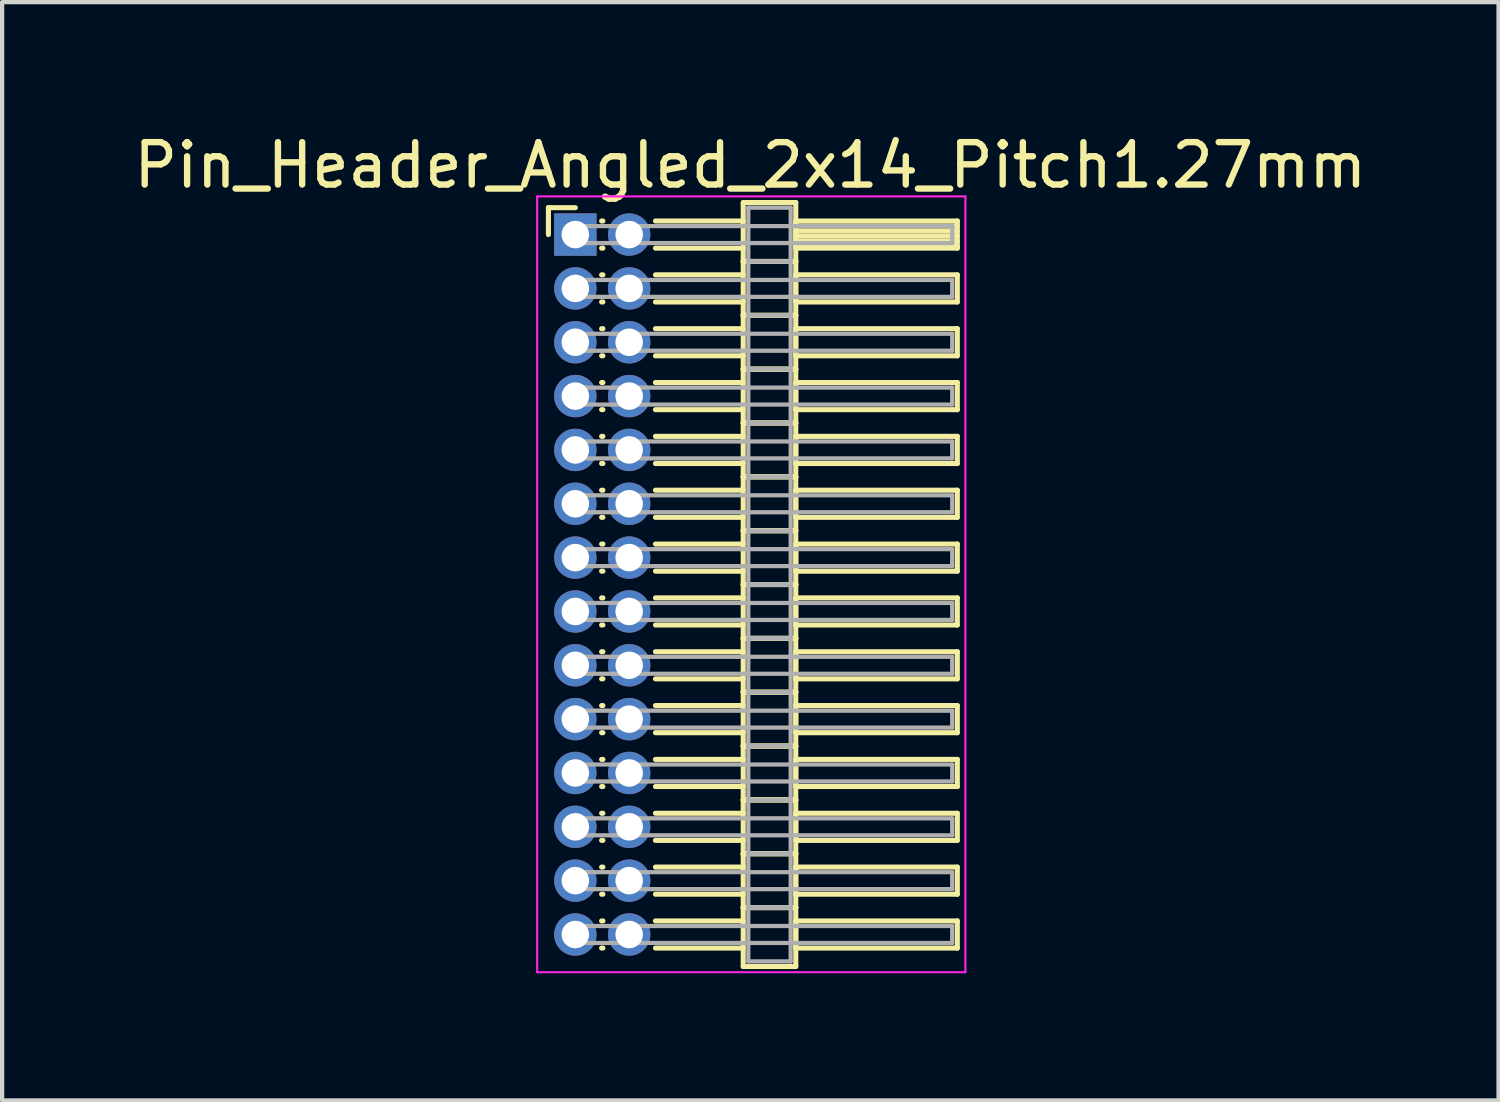
<source format=kicad_pcb>
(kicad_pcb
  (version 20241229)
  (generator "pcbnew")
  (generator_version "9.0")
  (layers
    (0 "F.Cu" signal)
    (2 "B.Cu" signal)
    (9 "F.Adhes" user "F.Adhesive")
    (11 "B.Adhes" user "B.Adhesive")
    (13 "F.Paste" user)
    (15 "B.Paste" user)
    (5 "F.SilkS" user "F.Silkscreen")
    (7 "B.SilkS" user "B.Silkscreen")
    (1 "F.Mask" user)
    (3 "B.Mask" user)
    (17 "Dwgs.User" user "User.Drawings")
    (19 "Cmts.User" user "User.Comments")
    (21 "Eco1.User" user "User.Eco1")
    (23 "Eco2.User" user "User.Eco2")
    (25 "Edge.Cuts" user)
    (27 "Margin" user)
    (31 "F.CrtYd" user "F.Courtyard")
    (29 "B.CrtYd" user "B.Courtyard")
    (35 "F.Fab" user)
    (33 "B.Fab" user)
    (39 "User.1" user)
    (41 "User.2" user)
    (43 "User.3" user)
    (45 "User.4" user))
  (footprint "Pin_Header_Angled_2x14_Pitch1.27mm"
    (layer "F.Cu")
    (at 10.521 2.483)
    (property "Reference" "Pin_Header_Angled_2x14_Pitch1.27mm" (at 4.128 -1.635 0) (layer "F.SilkS") (effects (font (size 1 1) (thickness 0.15))))
    (attr through_hole)
    (fp_line (start -0.635 -0.635) (end 0 -0.635) (stroke (width 0.12) (type solid)) (layer "F.SilkS"))
    (fp_line (start -0.635 0) (end -0.635 -0.635) (stroke (width 0.12) (type solid)) (layer "F.SilkS"))
    (fp_line (start 0.62 -0.32) (end 0.65 -0.32) (stroke (width 0.12) (type solid)) (layer "F.SilkS"))
    (fp_line (start 0.62 0.32) (end 0.65 0.32) (stroke (width 0.12) (type solid)) (layer "F.SilkS"))
    (fp_line (start 0.62 0.95) (end 0.65 0.95) (stroke (width 0.12) (type solid)) (layer "F.SilkS"))
    (fp_line (start 0.62 1.59) (end 0.65 1.59) (stroke (width 0.12) (type solid)) (layer "F.SilkS"))
    (fp_line (start 0.62 2.22) (end 0.65 2.22) (stroke (width 0.12) (type solid)) (layer "F.SilkS"))
    (fp_line (start 0.62 2.86) (end 0.65 2.86) (stroke (width 0.12) (type solid)) (layer "F.SilkS"))
    (fp_line (start 0.62 3.49) (end 0.65 3.49) (stroke (width 0.12) (type solid)) (layer "F.SilkS"))
    (fp_line (start 0.62 4.13) (end 0.65 4.13) (stroke (width 0.12) (type solid)) (layer "F.SilkS"))
    (fp_line (start 0.62 4.76) (end 0.65 4.76) (stroke (width 0.12) (type solid)) (layer "F.SilkS"))
    (fp_line (start 0.62 5.4) (end 0.65 5.4) (stroke (width 0.12) (type solid)) (layer "F.SilkS"))
    (fp_line (start 0.62 6.03) (end 0.65 6.03) (stroke (width 0.12) (type solid)) (layer "F.SilkS"))
    (fp_line (start 0.62 6.67) (end 0.65 6.67) (stroke (width 0.12) (type solid)) (layer "F.SilkS"))
    (fp_line (start 0.62 7.3) (end 0.65 7.3) (stroke (width 0.12) (type solid)) (layer "F.SilkS"))
    (fp_line (start 0.62 7.94) (end 0.65 7.94) (stroke (width 0.12) (type solid)) (layer "F.SilkS"))
    (fp_line (start 0.62 8.57) (end 0.65 8.57) (stroke (width 0.12) (type solid)) (layer "F.SilkS"))
    (fp_line (start 0.62 9.21) (end 0.65 9.21) (stroke (width 0.12) (type solid)) (layer "F.SilkS"))
    (fp_line (start 0.62 9.84) (end 0.65 9.84) (stroke (width 0.12) (type solid)) (layer "F.SilkS"))
    (fp_line (start 0.62 10.48) (end 0.65 10.48) (stroke (width 0.12) (type solid)) (layer "F.SilkS"))
    (fp_line (start 0.62 11.11) (end 0.65 11.11) (stroke (width 0.12) (type solid)) (layer "F.SilkS"))
    (fp_line (start 0.62 11.75) (end 0.65 11.75) (stroke (width 0.12) (type solid)) (layer "F.SilkS"))
    (fp_line (start 0.62 12.38) (end 0.65 12.38) (stroke (width 0.12) (type solid)) (layer "F.SilkS"))
    (fp_line (start 0.62 13.02) (end 0.65 13.02) (stroke (width 0.12) (type solid)) (layer "F.SilkS"))
    (fp_line (start 0.62 13.65) (end 0.65 13.65) (stroke (width 0.12) (type solid)) (layer "F.SilkS"))
    (fp_line (start 0.62 14.29) (end 0.65 14.29) (stroke (width 0.12) (type solid)) (layer "F.SilkS"))
    (fp_line (start 0.62 14.92) (end 0.65 14.92) (stroke (width 0.12) (type solid)) (layer "F.SilkS"))
    (fp_line (start 0.62 15.56) (end 0.65 15.56) (stroke (width 0.12) (type solid)) (layer "F.SilkS"))
    (fp_line (start 0.62 16.19) (end 0.65 16.19) (stroke (width 0.12) (type solid)) (layer "F.SilkS"))
    (fp_line (start 0.62 16.83) (end 0.65 16.83) (stroke (width 0.12) (type solid)) (layer "F.SilkS"))
    (fp_line (start 1.89 -0.32) (end 3.96 -0.32) (stroke (width 0.12) (type solid)) (layer "F.SilkS"))
    (fp_line (start 1.89 0.32) (end 3.96 0.32) (stroke (width 0.12) (type solid)) (layer "F.SilkS"))
    (fp_line (start 1.89 0.95) (end 3.96 0.95) (stroke (width 0.12) (type solid)) (layer "F.SilkS"))
    (fp_line (start 1.89 1.59) (end 3.96 1.59) (stroke (width 0.12) (type solid)) (layer "F.SilkS"))
    (fp_line (start 1.89 2.22) (end 3.96 2.22) (stroke (width 0.12) (type solid)) (layer "F.SilkS"))
    (fp_line (start 1.89 2.86) (end 3.96 2.86) (stroke (width 0.12) (type solid)) (layer "F.SilkS"))
    (fp_line (start 1.89 3.49) (end 3.96 3.49) (stroke (width 0.12) (type solid)) (layer "F.SilkS"))
    (fp_line (start 1.89 4.13) (end 3.96 4.13) (stroke (width 0.12) (type solid)) (layer "F.SilkS"))
    (fp_line (start 1.89 4.76) (end 3.96 4.76) (stroke (width 0.12) (type solid)) (layer "F.SilkS"))
    (fp_line (start 1.89 5.4) (end 3.96 5.4) (stroke (width 0.12) (type solid)) (layer "F.SilkS"))
    (fp_line (start 1.89 6.03) (end 3.96 6.03) (stroke (width 0.12) (type solid)) (layer "F.SilkS"))
    (fp_line (start 1.89 6.67) (end 3.96 6.67) (stroke (width 0.12) (type solid)) (layer "F.SilkS"))
    (fp_line (start 1.89 7.3) (end 3.96 7.3) (stroke (width 0.12) (type solid)) (layer "F.SilkS"))
    (fp_line (start 1.89 7.94) (end 3.96 7.94) (stroke (width 0.12) (type solid)) (layer "F.SilkS"))
    (fp_line (start 1.89 8.57) (end 3.96 8.57) (stroke (width 0.12) (type solid)) (layer "F.SilkS"))
    (fp_line (start 1.89 9.21) (end 3.96 9.21) (stroke (width 0.12) (type solid)) (layer "F.SilkS"))
    (fp_line (start 1.89 9.84) (end 3.96 9.84) (stroke (width 0.12) (type solid)) (layer "F.SilkS"))
    (fp_line (start 1.89 10.48) (end 3.96 10.48) (stroke (width 0.12) (type solid)) (layer "F.SilkS"))
    (fp_line (start 1.89 11.11) (end 3.96 11.11) (stroke (width 0.12) (type solid)) (layer "F.SilkS"))
    (fp_line (start 1.89 11.75) (end 3.96 11.75) (stroke (width 0.12) (type solid)) (layer "F.SilkS"))
    (fp_line (start 1.89 12.38) (end 3.96 12.38) (stroke (width 0.12) (type solid)) (layer "F.SilkS"))
    (fp_line (start 1.89 13.02) (end 3.96 13.02) (stroke (width 0.12) (type solid)) (layer "F.SilkS"))
    (fp_line (start 1.89 13.65) (end 3.96 13.65) (stroke (width 0.12) (type solid)) (layer "F.SilkS"))
    (fp_line (start 1.89 14.29) (end 3.96 14.29) (stroke (width 0.12) (type solid)) (layer "F.SilkS"))
    (fp_line (start 1.89 14.92) (end 3.96 14.92) (stroke (width 0.12) (type solid)) (layer "F.SilkS"))
    (fp_line (start 1.89 15.56) (end 3.96 15.56) (stroke (width 0.12) (type solid)) (layer "F.SilkS"))
    (fp_line (start 1.89 16.19) (end 3.96 16.19) (stroke (width 0.12) (type solid)) (layer "F.SilkS"))
    (fp_line (start 1.89 16.83) (end 3.96 16.83) (stroke (width 0.12) (type solid)) (layer "F.SilkS"))
    (fp_line (start 3.96 -0.755) (end 3.96 0.635) (stroke (width 0.12) (type solid)) (layer "F.SilkS"))
    (fp_line (start 3.96 0.635) (end 3.96 1.905) (stroke (width 0.12) (type solid)) (layer "F.SilkS"))
    (fp_line (start 3.96 0.635) (end 5.2 0.635) (stroke (width 0.12) (type solid)) (layer "F.SilkS"))
    (fp_line (start 3.96 1.905) (end 3.96 3.175) (stroke (width 0.12) (type solid)) (layer "F.SilkS"))
    (fp_line (start 3.96 1.905) (end 5.2 1.905) (stroke (width 0.12) (type solid)) (layer "F.SilkS"))
    (fp_line (start 3.96 3.175) (end 3.96 4.445) (stroke (width 0.12) (type solid)) (layer "F.SilkS"))
    (fp_line (start 3.96 3.175) (end 5.2 3.175) (stroke (width 0.12) (type solid)) (layer "F.SilkS"))
    (fp_line (start 3.96 4.445) (end 3.96 5.715) (stroke (width 0.12) (type solid)) (layer "F.SilkS"))
    (fp_line (start 3.96 4.445) (end 5.2 4.445) (stroke (width 0.12) (type solid)) (layer "F.SilkS"))
    (fp_line (start 3.96 5.715) (end 3.96 6.985) (stroke (width 0.12) (type solid)) (layer "F.SilkS"))
    (fp_line (start 3.96 5.715) (end 5.2 5.715) (stroke (width 0.12) (type solid)) (layer "F.SilkS"))
    (fp_line (start 3.96 6.985) (end 3.96 8.255) (stroke (width 0.12) (type solid)) (layer "F.SilkS"))
    (fp_line (start 3.96 6.985) (end 5.2 6.985) (stroke (width 0.12) (type solid)) (layer "F.SilkS"))
    (fp_line (start 3.96 8.255) (end 3.96 9.525) (stroke (width 0.12) (type solid)) (layer "F.SilkS"))
    (fp_line (start 3.96 8.255) (end 5.2 8.255) (stroke (width 0.12) (type solid)) (layer "F.SilkS"))
    (fp_line (start 3.96 9.525) (end 3.96 10.795) (stroke (width 0.12) (type solid)) (layer "F.SilkS"))
    (fp_line (start 3.96 9.525) (end 5.2 9.525) (stroke (width 0.12) (type solid)) (layer "F.SilkS"))
    (fp_line (start 3.96 10.795) (end 3.96 12.065) (stroke (width 0.12) (type solid)) (layer "F.SilkS"))
    (fp_line (start 3.96 10.795) (end 5.2 10.795) (stroke (width 0.12) (type solid)) (layer "F.SilkS"))
    (fp_line (start 3.96 12.065) (end 3.96 13.335) (stroke (width 0.12) (type solid)) (layer "F.SilkS"))
    (fp_line (start 3.96 12.065) (end 5.2 12.065) (stroke (width 0.12) (type solid)) (layer "F.SilkS"))
    (fp_line (start 3.96 13.335) (end 3.96 14.605) (stroke (width 0.12) (type solid)) (layer "F.SilkS"))
    (fp_line (start 3.96 13.335) (end 5.2 13.335) (stroke (width 0.12) (type solid)) (layer "F.SilkS"))
    (fp_line (start 3.96 14.605) (end 3.96 15.875) (stroke (width 0.12) (type solid)) (layer "F.SilkS"))
    (fp_line (start 3.96 14.605) (end 5.2 14.605) (stroke (width 0.12) (type solid)) (layer "F.SilkS"))
    (fp_line (start 3.96 15.875) (end 3.96 17.265) (stroke (width 0.12) (type solid)) (layer "F.SilkS"))
    (fp_line (start 3.96 15.875) (end 5.2 15.875) (stroke (width 0.12) (type solid)) (layer "F.SilkS"))
    (fp_line (start 3.96 17.265) (end 5.2 17.265) (stroke (width 0.12) (type solid)) (layer "F.SilkS"))
    (fp_line (start 5.2 -0.755) (end 3.96 -0.755) (stroke (width 0.12) (type solid)) (layer "F.SilkS"))
    (fp_line (start 5.2 -0.32) (end 5.2 0.32) (stroke (width 0.12) (type solid)) (layer "F.SilkS"))
    (fp_line (start 5.2 -0.2) (end 9.01 -0.2) (stroke (width 0.12) (type solid)) (layer "F.SilkS"))
    (fp_line (start 5.2 -0.08) (end 9.01 -0.08) (stroke (width 0.12) (type solid)) (layer "F.SilkS"))
    (fp_line (start 5.2 0.04) (end 9.01 0.04) (stroke (width 0.12) (type solid)) (layer "F.SilkS"))
    (fp_line (start 5.2 0.16) (end 9.01 0.16) (stroke (width 0.12) (type solid)) (layer "F.SilkS"))
    (fp_line (start 5.2 0.28) (end 9.01 0.28) (stroke (width 0.12) (type solid)) (layer "F.SilkS"))
    (fp_line (start 5.2 0.32) (end 9.01 0.32) (stroke (width 0.12) (type solid)) (layer "F.SilkS"))
    (fp_line (start 5.2 0.635) (end 3.96 0.635) (stroke (width 0.12) (type solid)) (layer "F.SilkS"))
    (fp_line (start 5.2 0.635) (end 5.2 -0.755) (stroke (width 0.12) (type solid)) (layer "F.SilkS"))
    (fp_line (start 5.2 0.95) (end 5.2 1.59) (stroke (width 0.12) (type solid)) (layer "F.SilkS"))
    (fp_line (start 5.2 1.59) (end 9.01 1.59) (stroke (width 0.12) (type solid)) (layer "F.SilkS"))
    (fp_line (start 5.2 1.905) (end 3.96 1.905) (stroke (width 0.12) (type solid)) (layer "F.SilkS"))
    (fp_line (start 5.2 1.905) (end 5.2 0.635) (stroke (width 0.12) (type solid)) (layer "F.SilkS"))
    (fp_line (start 5.2 2.22) (end 5.2 2.86) (stroke (width 0.12) (type solid)) (layer "F.SilkS"))
    (fp_line (start 5.2 2.86) (end 9.01 2.86) (stroke (width 0.12) (type solid)) (layer "F.SilkS"))
    (fp_line (start 5.2 3.175) (end 3.96 3.175) (stroke (width 0.12) (type solid)) (layer "F.SilkS"))
    (fp_line (start 5.2 3.175) (end 5.2 1.905) (stroke (width 0.12) (type solid)) (layer "F.SilkS"))
    (fp_line (start 5.2 3.49) (end 5.2 4.13) (stroke (width 0.12) (type solid)) (layer "F.SilkS"))
    (fp_line (start 5.2 4.13) (end 9.01 4.13) (stroke (width 0.12) (type solid)) (layer "F.SilkS"))
    (fp_line (start 5.2 4.445) (end 3.96 4.445) (stroke (width 0.12) (type solid)) (layer "F.SilkS"))
    (fp_line (start 5.2 4.445) (end 5.2 3.175) (stroke (width 0.12) (type solid)) (layer "F.SilkS"))
    (fp_line (start 5.2 4.76) (end 5.2 5.4) (stroke (width 0.12) (type solid)) (layer "F.SilkS"))
    (fp_line (start 5.2 5.4) (end 9.01 5.4) (stroke (width 0.12) (type solid)) (layer "F.SilkS"))
    (fp_line (start 5.2 5.715) (end 3.96 5.715) (stroke (width 0.12) (type solid)) (layer "F.SilkS"))
    (fp_line (start 5.2 5.715) (end 5.2 4.445) (stroke (width 0.12) (type solid)) (layer "F.SilkS"))
    (fp_line (start 5.2 6.03) (end 5.2 6.67) (stroke (width 0.12) (type solid)) (layer "F.SilkS"))
    (fp_line (start 5.2 6.67) (end 9.01 6.67) (stroke (width 0.12) (type solid)) (layer "F.SilkS"))
    (fp_line (start 5.2 6.985) (end 3.96 6.985) (stroke (width 0.12) (type solid)) (layer "F.SilkS"))
    (fp_line (start 5.2 6.985) (end 5.2 5.715) (stroke (width 0.12) (type solid)) (layer "F.SilkS"))
    (fp_line (start 5.2 7.3) (end 5.2 7.94) (stroke (width 0.12) (type solid)) (layer "F.SilkS"))
    (fp_line (start 5.2 7.94) (end 9.01 7.94) (stroke (width 0.12) (type solid)) (layer "F.SilkS"))
    (fp_line (start 5.2 8.255) (end 3.96 8.255) (stroke (width 0.12) (type solid)) (layer "F.SilkS"))
    (fp_line (start 5.2 8.255) (end 5.2 6.985) (stroke (width 0.12) (type solid)) (layer "F.SilkS"))
    (fp_line (start 5.2 8.57) (end 5.2 9.21) (stroke (width 0.12) (type solid)) (layer "F.SilkS"))
    (fp_line (start 5.2 9.21) (end 9.01 9.21) (stroke (width 0.12) (type solid)) (layer "F.SilkS"))
    (fp_line (start 5.2 9.525) (end 3.96 9.525) (stroke (width 0.12) (type solid)) (layer "F.SilkS"))
    (fp_line (start 5.2 9.525) (end 5.2 8.255) (stroke (width 0.12) (type solid)) (layer "F.SilkS"))
    (fp_line (start 5.2 9.84) (end 5.2 10.48) (stroke (width 0.12) (type solid)) (layer "F.SilkS"))
    (fp_line (start 5.2 10.48) (end 9.01 10.48) (stroke (width 0.12) (type solid)) (layer "F.SilkS"))
    (fp_line (start 5.2 10.795) (end 3.96 10.795) (stroke (width 0.12) (type solid)) (layer "F.SilkS"))
    (fp_line (start 5.2 10.795) (end 5.2 9.525) (stroke (width 0.12) (type solid)) (layer "F.SilkS"))
    (fp_line (start 5.2 11.11) (end 5.2 11.75) (stroke (width 0.12) (type solid)) (layer "F.SilkS"))
    (fp_line (start 5.2 11.75) (end 9.01 11.75) (stroke (width 0.12) (type solid)) (layer "F.SilkS"))
    (fp_line (start 5.2 12.065) (end 3.96 12.065) (stroke (width 0.12) (type solid)) (layer "F.SilkS"))
    (fp_line (start 5.2 12.065) (end 5.2 10.795) (stroke (width 0.12) (type solid)) (layer "F.SilkS"))
    (fp_line (start 5.2 12.38) (end 5.2 13.02) (stroke (width 0.12) (type solid)) (layer "F.SilkS"))
    (fp_line (start 5.2 13.02) (end 9.01 13.02) (stroke (width 0.12) (type solid)) (layer "F.SilkS"))
    (fp_line (start 5.2 13.335) (end 3.96 13.335) (stroke (width 0.12) (type solid)) (layer "F.SilkS"))
    (fp_line (start 5.2 13.335) (end 5.2 12.065) (stroke (width 0.12) (type solid)) (layer "F.SilkS"))
    (fp_line (start 5.2 13.65) (end 5.2 14.29) (stroke (width 0.12) (type solid)) (layer "F.SilkS"))
    (fp_line (start 5.2 14.29) (end 9.01 14.29) (stroke (width 0.12) (type solid)) (layer "F.SilkS"))
    (fp_line (start 5.2 14.605) (end 3.96 14.605) (stroke (width 0.12) (type solid)) (layer "F.SilkS"))
    (fp_line (start 5.2 14.605) (end 5.2 13.335) (stroke (width 0.12) (type solid)) (layer "F.SilkS"))
    (fp_line (start 5.2 14.92) (end 5.2 15.56) (stroke (width 0.12) (type solid)) (layer "F.SilkS"))
    (fp_line (start 5.2 15.56) (end 9.01 15.56) (stroke (width 0.12) (type solid)) (layer "F.SilkS"))
    (fp_line (start 5.2 15.875) (end 3.96 15.875) (stroke (width 0.12) (type solid)) (layer "F.SilkS"))
    (fp_line (start 5.2 15.875) (end 5.2 14.605) (stroke (width 0.12) (type solid)) (layer "F.SilkS"))
    (fp_line (start 5.2 16.19) (end 5.2 16.83) (stroke (width 0.12) (type solid)) (layer "F.SilkS"))
    (fp_line (start 5.2 16.83) (end 9.01 16.83) (stroke (width 0.12) (type solid)) (layer "F.SilkS"))
    (fp_line (start 5.2 17.265) (end 5.2 15.875) (stroke (width 0.12) (type solid)) (layer "F.SilkS"))
    (fp_line (start 9.01 -0.32) (end 5.2 -0.32) (stroke (width 0.12) (type solid)) (layer "F.SilkS"))
    (fp_line (start 9.01 0.32) (end 9.01 -0.32) (stroke (width 0.12) (type solid)) (layer "F.SilkS"))
    (fp_line (start 9.01 0.95) (end 5.2 0.95) (stroke (width 0.12) (type solid)) (layer "F.SilkS"))
    (fp_line (start 9.01 1.59) (end 9.01 0.95) (stroke (width 0.12) (type solid)) (layer "F.SilkS"))
    (fp_line (start 9.01 2.22) (end 5.2 2.22) (stroke (width 0.12) (type solid)) (layer "F.SilkS"))
    (fp_line (start 9.01 2.86) (end 9.01 2.22) (stroke (width 0.12) (type solid)) (layer "F.SilkS"))
    (fp_line (start 9.01 3.49) (end 5.2 3.49) (stroke (width 0.12) (type solid)) (layer "F.SilkS"))
    (fp_line (start 9.01 4.13) (end 9.01 3.49) (stroke (width 0.12) (type solid)) (layer "F.SilkS"))
    (fp_line (start 9.01 4.76) (end 5.2 4.76) (stroke (width 0.12) (type solid)) (layer "F.SilkS"))
    (fp_line (start 9.01 5.4) (end 9.01 4.76) (stroke (width 0.12) (type solid)) (layer "F.SilkS"))
    (fp_line (start 9.01 6.03) (end 5.2 6.03) (stroke (width 0.12) (type solid)) (layer "F.SilkS"))
    (fp_line (start 9.01 6.67) (end 9.01 6.03) (stroke (width 0.12) (type solid)) (layer "F.SilkS"))
    (fp_line (start 9.01 7.3) (end 5.2 7.3) (stroke (width 0.12) (type solid)) (layer "F.SilkS"))
    (fp_line (start 9.01 7.94) (end 9.01 7.3) (stroke (width 0.12) (type solid)) (layer "F.SilkS"))
    (fp_line (start 9.01 8.57) (end 5.2 8.57) (stroke (width 0.12) (type solid)) (layer "F.SilkS"))
    (fp_line (start 9.01 9.21) (end 9.01 8.57) (stroke (width 0.12) (type solid)) (layer "F.SilkS"))
    (fp_line (start 9.01 9.84) (end 5.2 9.84) (stroke (width 0.12) (type solid)) (layer "F.SilkS"))
    (fp_line (start 9.01 10.48) (end 9.01 9.84) (stroke (width 0.12) (type solid)) (layer "F.SilkS"))
    (fp_line (start 9.01 11.11) (end 5.2 11.11) (stroke (width 0.12) (type solid)) (layer "F.SilkS"))
    (fp_line (start 9.01 11.75) (end 9.01 11.11) (stroke (width 0.12) (type solid)) (layer "F.SilkS"))
    (fp_line (start 9.01 12.38) (end 5.2 12.38) (stroke (width 0.12) (type solid)) (layer "F.SilkS"))
    (fp_line (start 9.01 13.02) (end 9.01 12.38) (stroke (width 0.12) (type solid)) (layer "F.SilkS"))
    (fp_line (start 9.01 13.65) (end 5.2 13.65) (stroke (width 0.12) (type solid)) (layer "F.SilkS"))
    (fp_line (start 9.01 14.29) (end 9.01 13.65) (stroke (width 0.12) (type solid)) (layer "F.SilkS"))
    (fp_line (start 9.01 14.92) (end 5.2 14.92) (stroke (width 0.12) (type solid)) (layer "F.SilkS"))
    (fp_line (start 9.01 15.56) (end 9.01 14.92) (stroke (width 0.12) (type solid)) (layer "F.SilkS"))
    (fp_line (start 9.01 16.19) (end 5.2 16.19) (stroke (width 0.12) (type solid)) (layer "F.SilkS"))
    (fp_line (start 9.01 16.83) (end 9.01 16.19) (stroke (width 0.12) (type solid)) (layer "F.SilkS"))
    (fp_line (start -0.9 -0.9) (end -0.9 17.4) (stroke (width 0.05) (type solid)) (layer "F.CrtYd"))
    (fp_line (start -0.9 17.4) (end 9.2 17.4) (stroke (width 0.05) (type solid)) (layer "F.CrtYd"))
    (fp_line (start 9.2 -0.9) (end -0.9 -0.9) (stroke (width 0.05) (type solid)) (layer "F.CrtYd"))
    (fp_line (start 9.2 17.4) (end 9.2 -0.9) (stroke (width 0.05) (type solid)) (layer "F.CrtYd"))
    (fp_line (start 0 -0.2) (end 0 0.2) (stroke (width 0.1) (type solid)) (layer "F.Fab"))
    (fp_line (start 0 0.2) (end 8.89 0.2) (stroke (width 0.1) (type solid)) (layer "F.Fab"))
    (fp_line (start 0 1.07) (end 0 1.47) (stroke (width 0.1) (type solid)) (layer "F.Fab"))
    (fp_line (start 0 1.47) (end 8.89 1.47) (stroke (width 0.1) (type solid)) (layer "F.Fab"))
    (fp_line (start 0 2.34) (end 0 2.74) (stroke (width 0.1) (type solid)) (layer "F.Fab"))
    (fp_line (start 0 2.74) (end 8.89 2.74) (stroke (width 0.1) (type solid)) (layer "F.Fab"))
    (fp_line (start 0 3.61) (end 0 4.01) (stroke (width 0.1) (type solid)) (layer "F.Fab"))
    (fp_line (start 0 4.01) (end 8.89 4.01) (stroke (width 0.1) (type solid)) (layer "F.Fab"))
    (fp_line (start 0 4.88) (end 0 5.28) (stroke (width 0.1) (type solid)) (layer "F.Fab"))
    (fp_line (start 0 5.28) (end 8.89 5.28) (stroke (width 0.1) (type solid)) (layer "F.Fab"))
    (fp_line (start 0 6.15) (end 0 6.55) (stroke (width 0.1) (type solid)) (layer "F.Fab"))
    (fp_line (start 0 6.55) (end 8.89 6.55) (stroke (width 0.1) (type solid)) (layer "F.Fab"))
    (fp_line (start 0 7.42) (end 0 7.82) (stroke (width 0.1) (type solid)) (layer "F.Fab"))
    (fp_line (start 0 7.82) (end 8.89 7.82) (stroke (width 0.1) (type solid)) (layer "F.Fab"))
    (fp_line (start 0 8.69) (end 0 9.09) (stroke (width 0.1) (type solid)) (layer "F.Fab"))
    (fp_line (start 0 9.09) (end 8.89 9.09) (stroke (width 0.1) (type solid)) (layer "F.Fab"))
    (fp_line (start 0 9.96) (end 0 10.36) (stroke (width 0.1) (type solid)) (layer "F.Fab"))
    (fp_line (start 0 10.36) (end 8.89 10.36) (stroke (width 0.1) (type solid)) (layer "F.Fab"))
    (fp_line (start 0 11.23) (end 0 11.63) (stroke (width 0.1) (type solid)) (layer "F.Fab"))
    (fp_line (start 0 11.63) (end 8.89 11.63) (stroke (width 0.1) (type solid)) (layer "F.Fab"))
    (fp_line (start 0 12.5) (end 0 12.9) (stroke (width 0.1) (type solid)) (layer "F.Fab"))
    (fp_line (start 0 12.9) (end 8.89 12.9) (stroke (width 0.1) (type solid)) (layer "F.Fab"))
    (fp_line (start 0 13.77) (end 0 14.17) (stroke (width 0.1) (type solid)) (layer "F.Fab"))
    (fp_line (start 0 14.17) (end 8.89 14.17) (stroke (width 0.1) (type solid)) (layer "F.Fab"))
    (fp_line (start 0 15.04) (end 0 15.44) (stroke (width 0.1) (type solid)) (layer "F.Fab"))
    (fp_line (start 0 15.44) (end 8.89 15.44) (stroke (width 0.1) (type solid)) (layer "F.Fab"))
    (fp_line (start 0 16.31) (end 0 16.71) (stroke (width 0.1) (type solid)) (layer "F.Fab"))
    (fp_line (start 0 16.71) (end 8.89 16.71) (stroke (width 0.1) (type solid)) (layer "F.Fab"))
    (fp_line (start 4.08 -0.635) (end 4.08 0.635) (stroke (width 0.1) (type solid)) (layer "F.Fab"))
    (fp_line (start 4.08 0.635) (end 4.08 1.905) (stroke (width 0.1) (type solid)) (layer "F.Fab"))
    (fp_line (start 4.08 0.635) (end 5.08 0.635) (stroke (width 0.1) (type solid)) (layer "F.Fab"))
    (fp_line (start 4.08 1.905) (end 4.08 3.175) (stroke (width 0.1) (type solid)) (layer "F.Fab"))
    (fp_line (start 4.08 1.905) (end 5.08 1.905) (stroke (width 0.1) (type solid)) (layer "F.Fab"))
    (fp_line (start 4.08 3.175) (end 4.08 4.445) (stroke (width 0.1) (type solid)) (layer "F.Fab"))
    (fp_line (start 4.08 3.175) (end 5.08 3.175) (stroke (width 0.1) (type solid)) (layer "F.Fab"))
    (fp_line (start 4.08 4.445) (end 4.08 5.715) (stroke (width 0.1) (type solid)) (layer "F.Fab"))
    (fp_line (start 4.08 4.445) (end 5.08 4.445) (stroke (width 0.1) (type solid)) (layer "F.Fab"))
    (fp_line (start 4.08 5.715) (end 4.08 6.985) (stroke (width 0.1) (type solid)) (layer "F.Fab"))
    (fp_line (start 4.08 5.715) (end 5.08 5.715) (stroke (width 0.1) (type solid)) (layer "F.Fab"))
    (fp_line (start 4.08 6.985) (end 4.08 8.255) (stroke (width 0.1) (type solid)) (layer "F.Fab"))
    (fp_line (start 4.08 6.985) (end 5.08 6.985) (stroke (width 0.1) (type solid)) (layer "F.Fab"))
    (fp_line (start 4.08 8.255) (end 4.08 9.525) (stroke (width 0.1) (type solid)) (layer "F.Fab"))
    (fp_line (start 4.08 8.255) (end 5.08 8.255) (stroke (width 0.1) (type solid)) (layer "F.Fab"))
    (fp_line (start 4.08 9.525) (end 4.08 10.795) (stroke (width 0.1) (type solid)) (layer "F.Fab"))
    (fp_line (start 4.08 9.525) (end 5.08 9.525) (stroke (width 0.1) (type solid)) (layer "F.Fab"))
    (fp_line (start 4.08 10.795) (end 4.08 12.065) (stroke (width 0.1) (type solid)) (layer "F.Fab"))
    (fp_line (start 4.08 10.795) (end 5.08 10.795) (stroke (width 0.1) (type solid)) (layer "F.Fab"))
    (fp_line (start 4.08 12.065) (end 4.08 13.335) (stroke (width 0.1) (type solid)) (layer "F.Fab"))
    (fp_line (start 4.08 12.065) (end 5.08 12.065) (stroke (width 0.1) (type solid)) (layer "F.Fab"))
    (fp_line (start 4.08 13.335) (end 4.08 14.605) (stroke (width 0.1) (type solid)) (layer "F.Fab"))
    (fp_line (start 4.08 13.335) (end 5.08 13.335) (stroke (width 0.1) (type solid)) (layer "F.Fab"))
    (fp_line (start 4.08 14.605) (end 4.08 15.875) (stroke (width 0.1) (type solid)) (layer "F.Fab"))
    (fp_line (start 4.08 14.605) (end 5.08 14.605) (stroke (width 0.1) (type solid)) (layer "F.Fab"))
    (fp_line (start 4.08 15.875) (end 4.08 17.145) (stroke (width 0.1) (type solid)) (layer "F.Fab"))
    (fp_line (start 4.08 15.875) (end 5.08 15.875) (stroke (width 0.1) (type solid)) (layer "F.Fab"))
    (fp_line (start 4.08 17.145) (end 5.08 17.145) (stroke (width 0.1) (type solid)) (layer "F.Fab"))
    (fp_line (start 5.08 -0.635) (end 4.08 -0.635) (stroke (width 0.1) (type solid)) (layer "F.Fab"))
    (fp_line (start 5.08 0.635) (end 4.08 0.635) (stroke (width 0.1) (type solid)) (layer "F.Fab"))
    (fp_line (start 5.08 0.635) (end 5.08 -0.635) (stroke (width 0.1) (type solid)) (layer "F.Fab"))
    (fp_line (start 5.08 1.905) (end 4.08 1.905) (stroke (width 0.1) (type solid)) (layer "F.Fab"))
    (fp_line (start 5.08 1.905) (end 5.08 0.635) (stroke (width 0.1) (type solid)) (layer "F.Fab"))
    (fp_line (start 5.08 3.175) (end 4.08 3.175) (stroke (width 0.1) (type solid)) (layer "F.Fab"))
    (fp_line (start 5.08 3.175) (end 5.08 1.905) (stroke (width 0.1) (type solid)) (layer "F.Fab"))
    (fp_line (start 5.08 4.445) (end 4.08 4.445) (stroke (width 0.1) (type solid)) (layer "F.Fab"))
    (fp_line (start 5.08 4.445) (end 5.08 3.175) (stroke (width 0.1) (type solid)) (layer "F.Fab"))
    (fp_line (start 5.08 5.715) (end 4.08 5.715) (stroke (width 0.1) (type solid)) (layer "F.Fab"))
    (fp_line (start 5.08 5.715) (end 5.08 4.445) (stroke (width 0.1) (type solid)) (layer "F.Fab"))
    (fp_line (start 5.08 6.985) (end 4.08 6.985) (stroke (width 0.1) (type solid)) (layer "F.Fab"))
    (fp_line (start 5.08 6.985) (end 5.08 5.715) (stroke (width 0.1) (type solid)) (layer "F.Fab"))
    (fp_line (start 5.08 8.255) (end 4.08 8.255) (stroke (width 0.1) (type solid)) (layer "F.Fab"))
    (fp_line (start 5.08 8.255) (end 5.08 6.985) (stroke (width 0.1) (type solid)) (layer "F.Fab"))
    (fp_line (start 5.08 9.525) (end 4.08 9.525) (stroke (width 0.1) (type solid)) (layer "F.Fab"))
    (fp_line (start 5.08 9.525) (end 5.08 8.255) (stroke (width 0.1) (type solid)) (layer "F.Fab"))
    (fp_line (start 5.08 10.795) (end 4.08 10.795) (stroke (width 0.1) (type solid)) (layer "F.Fab"))
    (fp_line (start 5.08 10.795) (end 5.08 9.525) (stroke (width 0.1) (type solid)) (layer "F.Fab"))
    (fp_line (start 5.08 12.065) (end 4.08 12.065) (stroke (width 0.1) (type solid)) (layer "F.Fab"))
    (fp_line (start 5.08 12.065) (end 5.08 10.795) (stroke (width 0.1) (type solid)) (layer "F.Fab"))
    (fp_line (start 5.08 13.335) (end 4.08 13.335) (stroke (width 0.1) (type solid)) (layer "F.Fab"))
    (fp_line (start 5.08 13.335) (end 5.08 12.065) (stroke (width 0.1) (type solid)) (layer "F.Fab"))
    (fp_line (start 5.08 14.605) (end 4.08 14.605) (stroke (width 0.1) (type solid)) (layer "F.Fab"))
    (fp_line (start 5.08 14.605) (end 5.08 13.335) (stroke (width 0.1) (type solid)) (layer "F.Fab"))
    (fp_line (start 5.08 15.875) (end 4.08 15.875) (stroke (width 0.1) (type solid)) (layer "F.Fab"))
    (fp_line (start 5.08 15.875) (end 5.08 14.605) (stroke (width 0.1) (type solid)) (layer "F.Fab"))
    (fp_line (start 5.08 17.145) (end 5.08 15.875) (stroke (width 0.1) (type solid)) (layer "F.Fab"))
    (fp_line (start 8.89 -0.2) (end 0 -0.2) (stroke (width 0.1) (type solid)) (layer "F.Fab"))
    (fp_line (start 8.89 0.2) (end 8.89 -0.2) (stroke (width 0.1) (type solid)) (layer "F.Fab"))
    (fp_line (start 8.89 1.07) (end 0 1.07) (stroke (width 0.1) (type solid)) (layer "F.Fab"))
    (fp_line (start 8.89 1.47) (end 8.89 1.07) (stroke (width 0.1) (type solid)) (layer "F.Fab"))
    (fp_line (start 8.89 2.34) (end 0 2.34) (stroke (width 0.1) (type solid)) (layer "F.Fab"))
    (fp_line (start 8.89 2.74) (end 8.89 2.34) (stroke (width 0.1) (type solid)) (layer "F.Fab"))
    (fp_line (start 8.89 3.61) (end 0 3.61) (stroke (width 0.1) (type solid)) (layer "F.Fab"))
    (fp_line (start 8.89 4.01) (end 8.89 3.61) (stroke (width 0.1) (type solid)) (layer "F.Fab"))
    (fp_line (start 8.89 4.88) (end 0 4.88) (stroke (width 0.1) (type solid)) (layer "F.Fab"))
    (fp_line (start 8.89 5.28) (end 8.89 4.88) (stroke (width 0.1) (type solid)) (layer "F.Fab"))
    (fp_line (start 8.89 6.15) (end 0 6.15) (stroke (width 0.1) (type solid)) (layer "F.Fab"))
    (fp_line (start 8.89 6.55) (end 8.89 6.15) (stroke (width 0.1) (type solid)) (layer "F.Fab"))
    (fp_line (start 8.89 7.42) (end 0 7.42) (stroke (width 0.1) (type solid)) (layer "F.Fab"))
    (fp_line (start 8.89 7.82) (end 8.89 7.42) (stroke (width 0.1) (type solid)) (layer "F.Fab"))
    (fp_line (start 8.89 8.69) (end 0 8.69) (stroke (width 0.1) (type solid)) (layer "F.Fab"))
    (fp_line (start 8.89 9.09) (end 8.89 8.69) (stroke (width 0.1) (type solid)) (layer "F.Fab"))
    (fp_line (start 8.89 9.96) (end 0 9.96) (stroke (width 0.1) (type solid)) (layer "F.Fab"))
    (fp_line (start 8.89 10.36) (end 8.89 9.96) (stroke (width 0.1) (type solid)) (layer "F.Fab"))
    (fp_line (start 8.89 11.23) (end 0 11.23) (stroke (width 0.1) (type solid)) (layer "F.Fab"))
    (fp_line (start 8.89 11.63) (end 8.89 11.23) (stroke (width 0.1) (type solid)) (layer "F.Fab"))
    (fp_line (start 8.89 12.5) (end 0 12.5) (stroke (width 0.1) (type solid)) (layer "F.Fab"))
    (fp_line (start 8.89 12.9) (end 8.89 12.5) (stroke (width 0.1) (type solid)) (layer "F.Fab"))
    (fp_line (start 8.89 13.77) (end 0 13.77) (stroke (width 0.1) (type solid)) (layer "F.Fab"))
    (fp_line (start 8.89 14.17) (end 8.89 13.77) (stroke (width 0.1) (type solid)) (layer "F.Fab"))
    (fp_line (start 8.89 15.04) (end 0 15.04) (stroke (width 0.1) (type solid)) (layer "F.Fab"))
    (fp_line (start 8.89 15.44) (end 8.89 15.04) (stroke (width 0.1) (type solid)) (layer "F.Fab"))
    (fp_line (start 8.89 16.31) (end 0 16.31) (stroke (width 0.1) (type solid)) (layer "F.Fab"))
    (fp_line (start 8.89 16.71) (end 8.89 16.31) (stroke (width 0.1) (type solid)) (layer "F.Fab"))
    (pad "1" thru_hole rect (at 0 0) (size 1 1) (drill 0.65) (layers "*.Cu" "*.Mask"))
    (pad "2" thru_hole oval (at 1.27 0) (size 1 1) (drill 0.65) (layers "*.Cu" "*.Mask"))
    (pad "3" thru_hole oval (at 0 1.27) (size 1 1) (drill 0.65) (layers "*.Cu" "*.Mask"))
    (pad "4" thru_hole oval (at 1.27 1.27) (size 1 1) (drill 0.65) (layers "*.Cu" "*.Mask"))
    (pad "5" thru_hole oval (at 0 2.54) (size 1 1) (drill 0.65) (layers "*.Cu" "*.Mask"))
    (pad "6" thru_hole oval (at 1.27 2.54) (size 1 1) (drill 0.65) (layers "*.Cu" "*.Mask"))
    (pad "7" thru_hole oval (at 0 3.81) (size 1 1) (drill 0.65) (layers "*.Cu" "*.Mask"))
    (pad "8" thru_hole oval (at 1.27 3.81) (size 1 1) (drill 0.65) (layers "*.Cu" "*.Mask"))
    (pad "9" thru_hole oval (at 0 5.08) (size 1 1) (drill 0.65) (layers "*.Cu" "*.Mask"))
    (pad "10" thru_hole oval (at 1.27 5.08) (size 1 1) (drill 0.65) (layers "*.Cu" "*.Mask"))
    (pad "11" thru_hole oval (at 0 6.35) (size 1 1) (drill 0.65) (layers "*.Cu" "*.Mask"))
    (pad "12" thru_hole oval (at 1.27 6.35) (size 1 1) (drill 0.65) (layers "*.Cu" "*.Mask"))
    (pad "13" thru_hole oval (at 0 7.62) (size 1 1) (drill 0.65) (layers "*.Cu" "*.Mask"))
    (pad "14" thru_hole oval (at 1.27 7.62) (size 1 1) (drill 0.65) (layers "*.Cu" "*.Mask"))
    (pad "15" thru_hole oval (at 0 8.89) (size 1 1) (drill 0.65) (layers "*.Cu" "*.Mask"))
    (pad "16" thru_hole oval (at 1.27 8.89) (size 1 1) (drill 0.65) (layers "*.Cu" "*.Mask"))
    (pad "17" thru_hole oval (at 0 10.16) (size 1 1) (drill 0.65) (layers "*.Cu" "*.Mask"))
    (pad "18" thru_hole oval (at 1.27 10.16) (size 1 1) (drill 0.65) (layers "*.Cu" "*.Mask"))
    (pad "19" thru_hole oval (at 0 11.43) (size 1 1) (drill 0.65) (layers "*.Cu" "*.Mask"))
    (pad "20" thru_hole oval (at 1.27 11.43) (size 1 1) (drill 0.65) (layers "*.Cu" "*.Mask"))
    (pad "21" thru_hole oval (at 0 12.7) (size 1 1) (drill 0.65) (layers "*.Cu" "*.Mask"))
    (pad "22" thru_hole oval (at 1.27 12.7) (size 1 1) (drill 0.65) (layers "*.Cu" "*.Mask"))
    (pad "23" thru_hole oval (at 0 13.97) (size 1 1) (drill 0.65) (layers "*.Cu" "*.Mask"))
    (pad "24" thru_hole oval (at 1.27 13.97) (size 1 1) (drill 0.65) (layers "*.Cu" "*.Mask"))
    (pad "25" thru_hole oval (at 0 15.24) (size 1 1) (drill 0.65) (layers "*.Cu" "*.Mask"))
    (pad "26" thru_hole oval (at 1.27 15.24) (size 1 1) (drill 0.65) (layers "*.Cu" "*.Mask"))
    (pad "27" thru_hole oval (at 0 16.51) (size 1 1) (drill 0.65) (layers "*.Cu" "*.Mask"))
    (pad "28" thru_hole oval (at 1.27 16.51) (size 1 1) (drill 0.65) (layers "*.Cu" "*.Mask")))
  (gr_rect
    (start -3 -3)
    (end 32.298 22.908)
    (stroke (width 0.1) (type default))
    (fill no)
    (layer "Edge.Cuts")))
</source>
